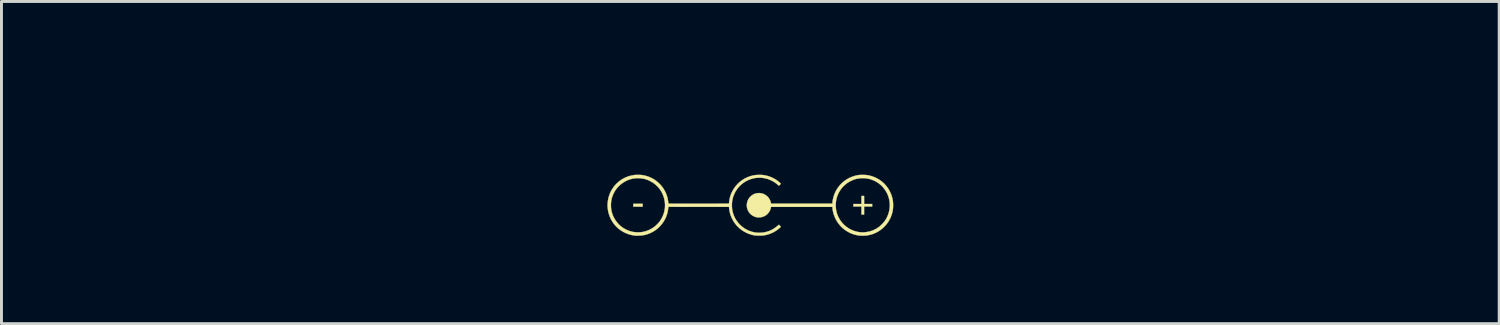
<source format=kicad_pcb>
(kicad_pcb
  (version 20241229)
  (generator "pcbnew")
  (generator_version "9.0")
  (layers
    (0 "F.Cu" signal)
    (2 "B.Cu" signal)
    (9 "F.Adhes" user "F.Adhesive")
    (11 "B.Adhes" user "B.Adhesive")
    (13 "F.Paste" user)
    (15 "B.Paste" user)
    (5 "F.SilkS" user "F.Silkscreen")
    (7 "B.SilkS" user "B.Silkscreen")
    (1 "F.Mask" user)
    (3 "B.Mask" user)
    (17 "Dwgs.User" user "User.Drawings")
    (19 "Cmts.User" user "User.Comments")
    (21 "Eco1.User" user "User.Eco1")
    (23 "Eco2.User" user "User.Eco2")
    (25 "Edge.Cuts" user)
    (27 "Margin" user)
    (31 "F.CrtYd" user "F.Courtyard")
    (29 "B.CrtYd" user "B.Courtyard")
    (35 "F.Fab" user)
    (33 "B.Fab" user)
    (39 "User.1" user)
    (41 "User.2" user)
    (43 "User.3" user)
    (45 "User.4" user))
  (footprint "Barrel_Jack_Positive_Center_Silkscreen"
    (layer "F.Cu")
    (at 22.577 3.958)
    (property "Reference" "Barrel_Jack_Positive_Center_Silkscreen" (at 0 -2.54 0) (layer "Eco1.User") (effects (font (size 1.524 1.524) (thickness 0.3))))
    (attr through_hole)
    (fp_poly (pts (xy -3.678 0.051) (xy -3.998 0.051) (xy -3.998 -0.046) (xy -3.678 -0.046) (xy -3.678 0.051)) (stroke (width 0.01) (type solid)) (fill yes) (layer "F.SilkS"))
    (fp_poly (pts (xy 3.886 -0.041) (xy 4.161 -0.041) (xy 4.161 0.046) (xy 3.886 0.046) (xy 3.886 0.32) (xy 3.795 0.32) (xy 3.795 0.046) (xy 3.52 0.046) (xy 3.52 -0.041) (xy 3.795 -0.041) (xy 3.795 -0.315) (xy 3.886 -0.315) (xy 3.886 -0.041)) (stroke (width 0.01) (type solid)) (fill yes) (layer "F.SilkS"))
    (fp_poly (pts (xy 3.898 -1.035) (xy 3.951 -1.031) (xy 3.999 -1.026) (xy 4.041 -1.019) (xy 4.044 -1.019) (xy 4.144 -0.992) (xy 4.24 -0.957) (xy 4.331 -0.914) (xy 4.417 -0.863) (xy 4.497 -0.804) (xy 4.57 -0.739) (xy 4.636 -0.666) (xy 4.696 -0.588) (xy 4.748 -0.504) (xy 4.792 -0.415) (xy 4.828 -0.321) (xy 4.854 -0.223) (xy 4.869 -0.146) (xy 4.873 -0.109) (xy 4.875 -0.066) (xy 4.877 -0.018) (xy 4.877 0.031) (xy 4.875 0.078) (xy 4.872 0.12) (xy 4.869 0.147) (xy 4.853 0.235) (xy 4.831 0.317) (xy 4.801 0.397) (xy 4.773 0.46) (xy 4.724 0.548) (xy 4.667 0.631) (xy 4.603 0.707) (xy 4.532 0.777) (xy 4.455 0.84) (xy 4.373 0.895) (xy 4.286 0.942) (xy 4.195 0.98) (xy 4.1 1.01) (xy 4.003 1.03) (xy 3.956 1.036) (xy 3.92 1.039) (xy 3.878 1.04) (xy 3.832 1.041) (xy 3.787 1.04) (xy 3.744 1.038) (xy 3.708 1.034) (xy 3.701 1.034) (xy 3.601 1.015) (xy 3.504 0.987) (xy 3.411 0.95) (xy 3.323 0.904) (xy 3.239 0.85) (xy 3.161 0.789) (xy 3.089 0.72) (xy 3.023 0.644) (xy 2.965 0.562) (xy 2.915 0.474) (xy 2.904 0.451) (xy 2.87 0.372) (xy 2.842 0.291) (xy 2.822 0.211) (xy 2.809 0.133) (xy 2.806 0.102) (xy 2.803 0.056) (xy 0.707 0.056) (xy 0.704 0.079) (xy 0.693 0.123) (xy 0.675 0.17) (xy 0.651 0.217) (xy 0.622 0.259) (xy 0.581 0.305) (xy 0.533 0.344) (xy 0.48 0.375) (xy 0.424 0.397) (xy 0.365 0.412) (xy 0.304 0.418) (xy 0.242 0.416) (xy 0.182 0.404) (xy 0.125 0.383) (xy 0.069 0.353) (xy 0.02 0.316) (xy -0.024 0.271) (xy -0.06 0.221) (xy -0.088 0.166) (xy -0.108 0.108) (xy -0.119 0.046) (xy -0.12 0.013) (xy 2.917 0.013) (xy 2.917 0.036) (xy 2.924 0.125) (xy 2.939 0.21) (xy 2.962 0.292) (xy 2.993 0.374) (xy 2.994 0.376) (xy 3.037 0.46) (xy 3.087 0.539) (xy 3.144 0.611) (xy 3.209 0.677) (xy 3.279 0.736) (xy 3.354 0.788) (xy 3.434 0.833) (xy 3.518 0.869) (xy 3.605 0.897) (xy 3.694 0.917) (xy 3.786 0.927) (xy 3.879 0.927) (xy 3.919 0.924) (xy 4.013 0.911) (xy 4.103 0.889) (xy 4.189 0.859) (xy 4.257 0.827) (xy 4.309 0.799) (xy 4.355 0.77) (xy 4.399 0.739) (xy 4.442 0.702) (xy 4.487 0.659) (xy 4.491 0.655) (xy 4.534 0.61) (xy 4.571 0.568) (xy 4.602 0.525) (xy 4.631 0.48) (xy 4.659 0.429) (xy 4.663 0.422) (xy 4.702 0.334) (xy 4.731 0.244) (xy 4.751 0.154) (xy 4.762 0.063) (xy 4.764 -0.028) (xy 4.756 -0.119) (xy 4.74 -0.208) (xy 4.716 -0.294) (xy 4.683 -0.379) (xy 4.641 -0.459) (xy 4.592 -0.536) (xy 4.535 -0.608) (xy 4.471 -0.675) (xy 4.399 -0.736) (xy 4.32 -0.79) (xy 4.315 -0.793) (xy 4.233 -0.837) (xy 4.146 -0.872) (xy 4.057 -0.898) (xy 3.965 -0.915) (xy 3.871 -0.922) (xy 3.778 -0.921) (xy 3.684 -0.911) (xy 3.593 -0.891) (xy 3.536 -0.873) (xy 3.461 -0.842) (xy 3.386 -0.804) (xy 3.313 -0.758) (xy 3.246 -0.707) (xy 3.184 -0.651) (xy 3.144 -0.608) (xy 3.083 -0.53) (xy 3.032 -0.448) (xy 2.99 -0.362) (xy 2.957 -0.272) (xy 2.934 -0.18) (xy 2.92 -0.084) (xy 2.917 0.013) (xy -0.12 0.013) (xy -0.12 -0.018) (xy -0.112 -0.083) (xy -0.095 -0.144) (xy -0.069 -0.201) (xy -0.034 -0.253) (xy -0.013 -0.278) (xy 0.03 -0.32) (xy 0.076 -0.353) (xy 0.125 -0.379) (xy 0.18 -0.398) (xy 0.181 -0.399) (xy 0.243 -0.412) (xy 0.306 -0.415) (xy 0.368 -0.408) (xy 0.428 -0.393) (xy 0.486 -0.368) (xy 0.54 -0.334) (xy 0.58 -0.301) (xy 0.619 -0.259) (xy 0.652 -0.211) (xy 0.678 -0.16) (xy 0.697 -0.107) (xy 0.702 -0.085) (xy 0.708 -0.051) (xy 2.804 -0.051) (xy 2.804 -0.074) (xy 2.805 -0.089) (xy 2.807 -0.111) (xy 2.81 -0.136) (xy 2.812 -0.152) (xy 2.832 -0.251) (xy 2.861 -0.347) (xy 2.898 -0.439) (xy 2.944 -0.526) (xy 2.998 -0.608) (xy 3.059 -0.684) (xy 3.126 -0.754) (xy 3.2 -0.817) (xy 3.28 -0.874) (xy 3.365 -0.923) (xy 3.456 -0.964) (xy 3.551 -0.997) (xy 3.649 -1.021) (xy 3.698 -1.029) (xy 3.741 -1.033) (xy 3.79 -1.036) (xy 3.843 -1.036) (xy 3.898 -1.035)) (stroke (width 0.01) (type solid)) (fill yes) (layer "F.SilkS"))
    (fp_poly (pts (xy -3.802 -1.036) (xy -3.754 -1.034) (xy -3.712 -1.031) (xy -3.692 -1.028) (xy -3.59 -1.009) (xy -3.492 -0.979) (xy -3.399 -0.941) (xy -3.309 -0.894) (xy -3.224 -0.837) (xy -3.145 -0.772) (xy -3.12 -0.749) (xy -3.048 -0.674) (xy -2.985 -0.593) (xy -2.932 -0.508) (xy -2.886 -0.417) (xy -2.85 -0.322) (xy -2.823 -0.222) (xy -2.805 -0.118) (xy -2.802 -0.085) (xy -2.798 -0.051) (xy -1.764 -0.052) (xy -0.729 -0.053) (xy -0.725 -0.099) (xy -0.716 -0.172) (xy -0.7 -0.248) (xy -0.678 -0.324) (xy -0.651 -0.399) (xy -0.619 -0.467) (xy -0.611 -0.483) (xy -0.557 -0.573) (xy -0.496 -0.656) (xy -0.428 -0.732) (xy -0.353 -0.8) (xy -0.272 -0.86) (xy -0.186 -0.913) (xy -0.094 -0.957) (xy 0.003 -0.992) (xy 0.104 -1.018) (xy 0.108 -1.019) (xy 0.149 -1.026) (xy 0.197 -1.031) (xy 0.25 -1.034) (xy 0.304 -1.036) (xy 0.358 -1.036) (xy 0.407 -1.033) (xy 0.449 -1.029) (xy 0.547 -1.01) (xy 0.644 -0.983) (xy 0.736 -0.946) (xy 0.825 -0.901) (xy 0.908 -0.849) (xy 0.984 -0.789) (xy 1.014 -0.762) (xy 1.027 -0.749) (xy 1.037 -0.739) (xy 1.041 -0.733) (xy 1.041 -0.732) (xy 1.038 -0.727) (xy 1.029 -0.717) (xy 1.016 -0.703) (xy 1.009 -0.696) (xy 0.976 -0.664) (xy 0.931 -0.703) (xy 0.855 -0.764) (xy 0.774 -0.815) (xy 0.691 -0.857) (xy 0.606 -0.891) (xy 0.519 -0.915) (xy 0.43 -0.931) (xy 0.341 -0.938) (xy 0.253 -0.937) (xy 0.165 -0.928) (xy 0.078 -0.91) (xy -0.007 -0.884) (xy -0.089 -0.85) (xy -0.168 -0.809) (xy -0.243 -0.759) (xy -0.314 -0.702) (xy -0.38 -0.638) (xy -0.44 -0.566) (xy -0.494 -0.486) (xy -0.525 -0.431) (xy -0.565 -0.344) (xy -0.596 -0.253) (xy -0.617 -0.157) (xy -0.623 -0.123) (xy -0.626 -0.088) (xy -0.628 -0.046) (xy -0.629 -0.000165) (xy -0.628 0.047) (xy -0.626 0.091) (xy -0.622 0.131) (xy -0.618 0.162) (xy -0.595 0.26) (xy -0.563 0.353) (xy -0.523 0.44) (xy -0.473 0.523) (xy -0.416 0.6) (xy -0.356 0.666) (xy -0.283 0.732) (xy -0.205 0.79) (xy -0.122 0.838) (xy -0.034 0.878) (xy 0.059 0.909) (xy 0.157 0.931) (xy 0.17 0.933) (xy 0.21 0.938) (xy 0.257 0.941) (xy 0.308 0.941) (xy 0.359 0.94) (xy 0.408 0.937) (xy 0.451 0.932) (xy 0.462 0.93) (xy 0.542 0.913) (xy 0.617 0.891) (xy 0.688 0.863) (xy 0.757 0.829) (xy 0.824 0.787) (xy 0.893 0.737) (xy 0.958 0.684) (xy 0.978 0.666) (xy 1.011 0.702) (xy 1.043 0.738) (xy 1.011 0.769) (xy 0.941 0.829) (xy 0.863 0.882) (xy 0.78 0.929) (xy 0.691 0.969) (xy 0.597 1.001) (xy 0.501 1.025) (xy 0.489 1.027) (xy 0.467 1.031) (xy 0.447 1.034) (xy 0.427 1.036) (xy 0.403 1.037) (xy 0.375 1.038) (xy 0.341 1.039) (xy 0.31 1.039) (xy 0.262 1.038) (xy 0.223 1.037) (xy 0.189 1.035) (xy 0.157 1.032) (xy 0.127 1.027) (xy 0.095 1.021) (xy 0.059 1.012) (xy 0.053 1.011) (xy -0.044 0.981) (xy -0.137 0.942) (xy -0.225 0.894) (xy -0.308 0.839) (xy -0.386 0.775) (xy -0.457 0.705) (xy -0.521 0.628) (xy -0.578 0.544) (xy -0.627 0.455) (xy -0.639 0.429) (xy -0.666 0.361) (xy -0.689 0.289) (xy -0.708 0.215) (xy -0.721 0.144) (xy -0.725 0.103) (xy -0.729 0.058) (xy -1.764 0.057) (xy -2.798 0.056) (xy -2.802 0.09) (xy -2.816 0.194) (xy -2.84 0.294) (xy -2.873 0.389) (xy -2.907 0.465) (xy -2.958 0.555) (xy -3.016 0.638) (xy -3.082 0.715) (xy -3.154 0.785) (xy -3.232 0.848) (xy -3.317 0.902) (xy -3.406 0.948) (xy -3.5 0.986) (xy -3.599 1.015) (xy -3.657 1.027) (xy -3.686 1.031) (xy -3.722 1.034) (xy -3.763 1.037) (xy -3.807 1.039) (xy -3.85 1.04) (xy -3.891 1.04) (xy -3.927 1.039) (xy -3.956 1.036) (xy -3.96 1.036) (xy -4.063 1.017) (xy -4.162 0.99) (xy -4.257 0.953) (xy -4.347 0.908) (xy -4.431 0.855) (xy -4.51 0.795) (xy -4.583 0.727) (xy -4.649 0.652) (xy -4.708 0.57) (xy -4.759 0.482) (xy -4.77 0.46) (xy -4.81 0.366) (xy -4.841 0.271) (xy -4.862 0.173) (xy -4.874 0.074) (xy -4.875 0.018) (xy -4.761 0.018) (xy -4.757 0.086) (xy -4.75 0.15) (xy -4.745 0.18) (xy -4.722 0.272) (xy -4.69 0.36) (xy -4.649 0.444) (xy -4.601 0.522) (xy -4.546 0.595) (xy -4.485 0.662) (xy -4.417 0.723) (xy -4.344 0.776) (xy -4.266 0.822) (xy -4.184 0.86) (xy -4.098 0.891) (xy -4.009 0.912) (xy -3.917 0.924) (xy -3.823 0.927) (xy -3.813 0.927) (xy -3.781 0.925) (xy -3.747 0.922) (xy -3.715 0.919) (xy -3.694 0.917) (xy -3.605 0.898) (xy -3.518 0.871) (xy -3.432 0.833) (xy -3.349 0.787) (xy -3.283 0.742) (xy -3.255 0.72) (xy -3.223 0.692) (xy -3.19 0.66) (xy -3.157 0.626) (xy -3.127 0.593) (xy -3.102 0.564) (xy -3.092 0.55) (xy -3.039 0.467) (xy -2.995 0.383) (xy -2.961 0.296) (xy -2.936 0.206) (xy -2.92 0.112) (xy -2.916 0.07) (xy -2.913 -0.023) (xy -2.921 -0.116) (xy -2.938 -0.209) (xy -2.964 -0.299) (xy -2.998 -0.386) (xy -3.042 -0.469) (xy -3.093 -0.548) (xy -3.116 -0.577) (xy -3.145 -0.611) (xy -3.18 -0.647) (xy -3.219 -0.684) (xy -3.258 -0.718) (xy -3.294 -0.747) (xy -3.302 -0.753) (xy -3.333 -0.773) (xy -3.37 -0.795) (xy -3.412 -0.817) (xy -3.454 -0.839) (xy -3.496 -0.858) (xy -3.533 -0.873) (xy -3.55 -0.879) (xy -3.64 -0.903) (xy -3.732 -0.918) (xy -3.826 -0.923) (xy -3.919 -0.92) (xy -4.011 -0.907) (xy -4.102 -0.885) (xy -4.189 -0.854) (xy -4.244 -0.829) (xy -4.329 -0.781) (xy -4.408 -0.725) (xy -4.481 -0.663) (xy -4.545 -0.593) (xy -4.603 -0.518) (xy -4.652 -0.436) (xy -4.693 -0.35) (xy -4.725 -0.259) (xy -4.745 -0.178) (xy -4.754 -0.117) (xy -4.759 -0.051) (xy -4.761 0.018) (xy -4.875 0.018) (xy -4.876 -0.026) (xy -4.869 -0.125) (xy -4.852 -0.223) (xy -4.826 -0.319) (xy -4.791 -0.413) (xy -4.768 -0.462) (xy -4.717 -0.552) (xy -4.659 -0.636) (xy -4.593 -0.712) (xy -4.521 -0.782) (xy -4.443 -0.844) (xy -4.359 -0.898) (xy -4.269 -0.944) (xy -4.175 -0.982) (xy -4.077 -1.01) (xy -3.982 -1.028) (xy -3.945 -1.033) (xy -3.9 -1.035) (xy -3.851 -1.036) (xy -3.802 -1.036)) (stroke (width 0.01) (type solid)) (fill yes) (layer "F.SilkS")))
  (gr_rect
    (start -3 -3)
    (end 48.154 8.004)
    (stroke (width 0.1) (type default))
    (fill no)
    (layer "Edge.Cuts")))
</source>
